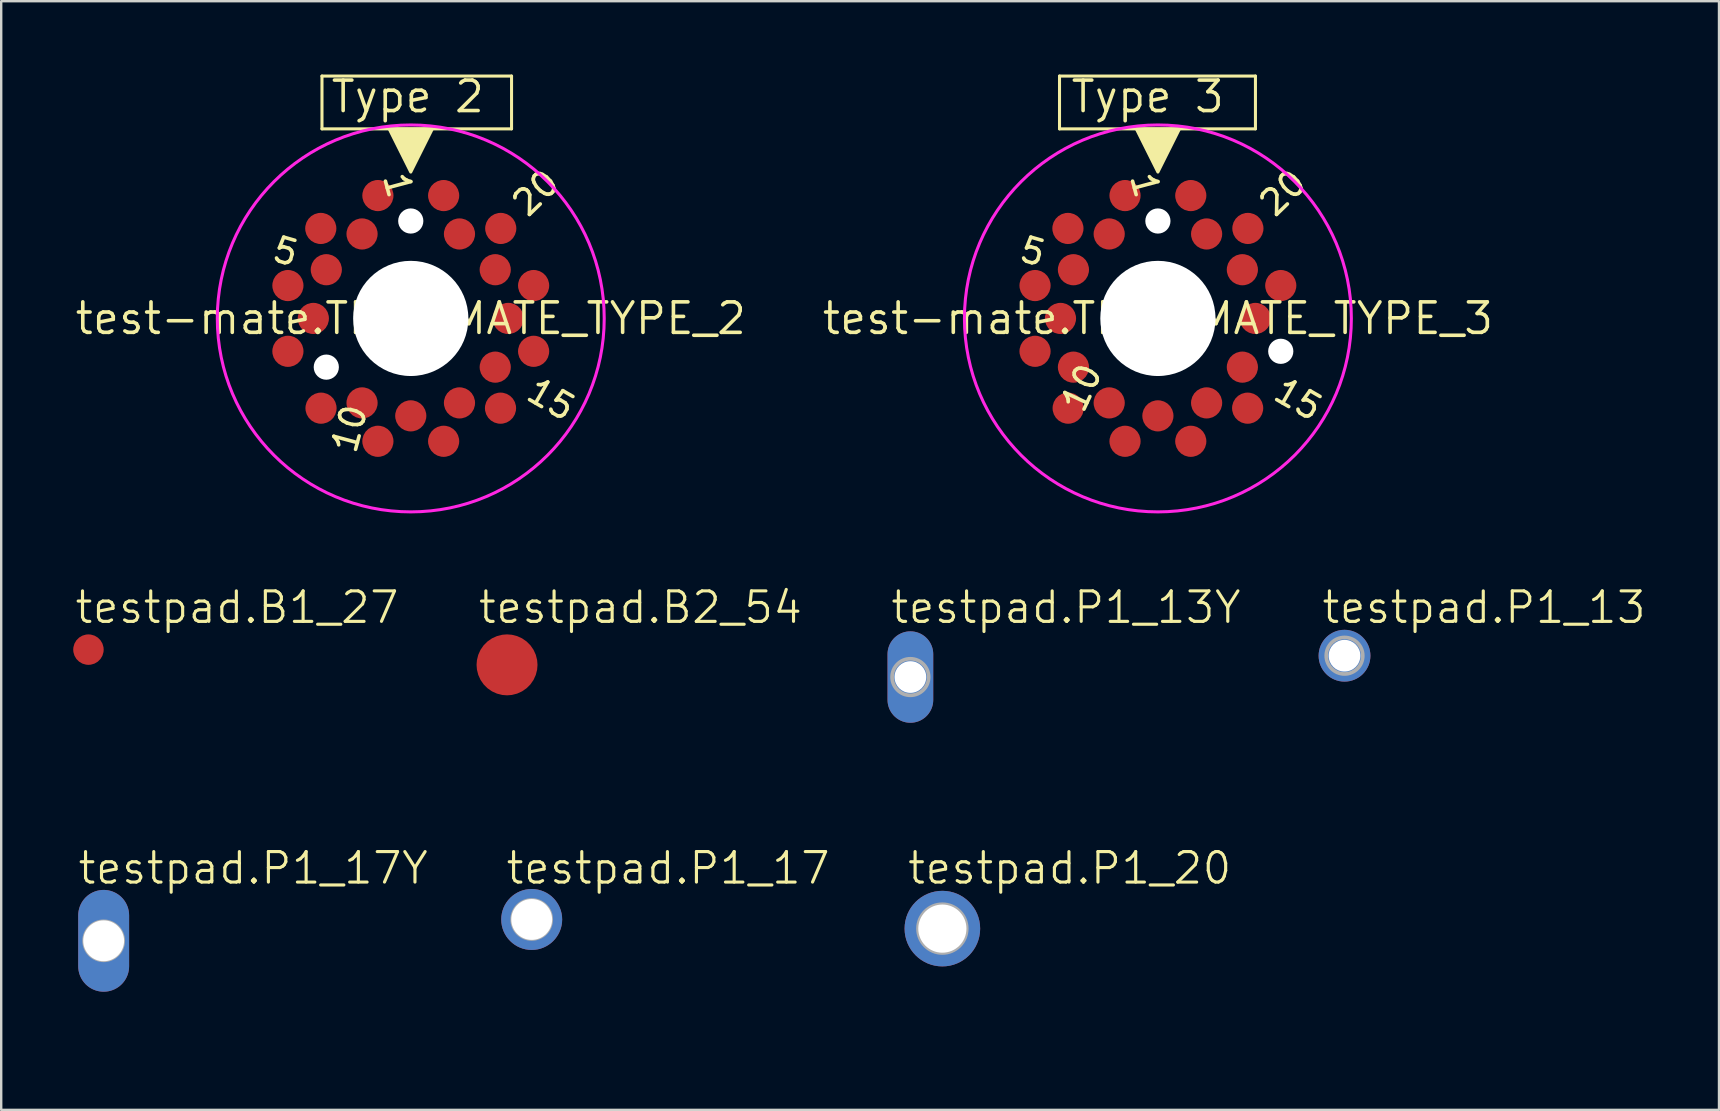
<source format=kicad_pcb>
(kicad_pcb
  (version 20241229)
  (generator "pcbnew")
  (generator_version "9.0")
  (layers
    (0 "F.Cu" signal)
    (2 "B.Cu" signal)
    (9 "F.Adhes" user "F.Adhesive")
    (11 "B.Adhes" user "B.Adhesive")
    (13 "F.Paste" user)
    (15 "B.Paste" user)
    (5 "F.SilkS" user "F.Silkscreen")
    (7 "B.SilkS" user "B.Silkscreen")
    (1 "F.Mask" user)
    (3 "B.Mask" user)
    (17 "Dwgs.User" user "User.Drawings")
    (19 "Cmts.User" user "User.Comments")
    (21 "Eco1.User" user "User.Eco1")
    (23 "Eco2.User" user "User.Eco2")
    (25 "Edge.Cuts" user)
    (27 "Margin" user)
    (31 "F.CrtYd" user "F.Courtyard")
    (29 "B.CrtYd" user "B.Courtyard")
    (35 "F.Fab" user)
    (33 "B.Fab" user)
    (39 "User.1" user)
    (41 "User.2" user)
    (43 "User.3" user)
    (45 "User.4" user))
  (footprint "testpad.P1_17"
    (layer "F.Cu")
    (at 19.108 35.268)
    (property "Reference" "testpad.P1_17" (at -1.143 -1.397 0) (layer "F.SilkS") (effects (font (size 1.27 1.27) (thickness 0.13)) (justify left bottom)))
    (attr through_hole)
    (fp_rect (start -0.33 0.33) (end 0.33 -0.33) (stroke (width 0.05) (type default)) (fill no) (layer "F.Fab"))
    (fp_circle (center 0 0) (end 0.813 0) (stroke (width 0.152) (type default)) (fill no) (layer "F.Fab"))
    (fp_text user ">TP_SIGNAL_NAME" (at -1.27 3.175 0) (layer "Eco1.User") (effects (font (size 1 1) (thickness 0.13)) (justify left bottom)))
    (pad "TP" thru_hole circle (at 0 0) (size 2.54 2.54) (drill 1.702) (layers "*.Cu" "*.Mask")))
  (footprint "test-mate.TEST_MATE_TYPE_2"
    (layer "F.Cu")
    (at 14.068 10.22)
    (property "Reference" "test-mate.TEST_MATE_TYPE_2" (at 0 0 0) (layer "F.SilkS") (effects (font (size 1.27 1.27) (thickness 0.15))))
    (attr smd)
    (fp_line (start -3.7 -10.1) (end 4.2 -10.1) (stroke (width 0.127) (type default)) (layer "F.SilkS"))
    (fp_line (start -3.7 -7.9) (end -3.7 -10.1) (stroke (width 0.127) (type default)) (layer "F.SilkS"))
    (fp_line (start 4.2 -10.1) (end 4.2 -7.9) (stroke (width 0.127) (type default)) (layer "F.SilkS"))
    (fp_line (start 4.2 -7.9) (end -3.7 -7.9) (stroke (width 0.127) (type default)) (layer "F.SilkS"))
    (fp_poly (pts (xy 0 -6.1) (xy -0.9 -7.9) (xy 0.9 -7.9)) (stroke (width 0.127) (type default)) (fill yes) (layer "F.SilkS"))
    (fp_circle (center 0 0) (end 8.062 0) (stroke (width 0.127) (type default)) (fill no) (layer "F.CrtYd"))
    (fp_text user "15" (at 4.631 3.351 330) (layer "F.SilkS") (effects (font (size 1.016 1.016) (thickness 0.15)) (justify left bottom)))
    (fp_text user "5" (at -5.939 -2.379 164) (layer "F.SilkS") (effects (font (size 1.016 1.016) (thickness 0.15)) (justify left bottom)))
    (fp_text user "10" (at -2.249 5.771 255) (layer "F.SilkS") (effects (font (size 1.016 1.016) (thickness 0.15)) (justify left bottom)))
    (fp_text user "20" (at 4.861 -4.069 44) (layer "F.SilkS") (effects (font (size 1.016 1.016) (thickness 0.15)) (justify left bottom)))
    (fp_text user "1" (at -1.259 -5.969 105) (layer "F.SilkS") (effects (font (size 1.016 1.016) (thickness 0.15)) (justify left bottom)))
    (fp_text user "Type 2" (at -3.4 -8.5 0) (layer "F.SilkS") (effects (font (size 1.27 1.27) (thickness 0.15)) (justify left bottom)))
    (pad "" np_thru_hole circle (at -3.52 2.03) (size 1.05 1.05) (drill 1.05) (layers "*.Cu" "*.Mask"))
    (pad "" np_thru_hole circle (at 0 -4.06) (size 1.05 1.05) (drill 1.05) (layers "*.Cu" "*.Mask"))
    (pad "" np_thru_hole circle (at 0 0) (size 4.8 4.8) (drill 4.8) (layers "*.Cu" "*.Mask"))
    (pad "1" smd roundrect (at -1.37 -5.12) (size 1.3 1.3) (layers "F.Cu" "F.Mask" "F.Paste") (roundrect_rratio 0.5))
    (pad "2" smd roundrect (at -2.03 -3.52) (size 1.3 1.3) (layers "F.Cu" "F.Mask" "F.Paste") (roundrect_rratio 0.5))
    (pad "3" smd roundrect (at -3.75 -3.75) (size 1.3 1.3) (layers "F.Cu" "F.Mask" "F.Paste") (roundrect_rratio 0.5))
    (pad "4" smd roundrect (at -3.52 -2.03) (size 1.3 1.3) (layers "F.Cu" "F.Mask" "F.Paste") (roundrect_rratio 0.5))
    (pad "5" smd roundrect (at -5.12 -1.37) (size 1.3 1.3) (layers "F.Cu" "F.Mask" "F.Paste") (roundrect_rratio 0.5))
    (pad "6" smd roundrect (at -4.06 0) (size 1.3 1.3) (layers "F.Cu" "F.Mask" "F.Paste") (roundrect_rratio 0.5))
    (pad "7" smd roundrect (at -5.12 1.37) (size 1.3 1.3) (layers "F.Cu" "F.Mask" "F.Paste") (roundrect_rratio 0.5))
    (pad "8" smd roundrect (at -3.74 3.74) (size 1.3 1.3) (layers "F.Cu" "F.Mask" "F.Paste") (roundrect_rratio 0.5))
    (pad "9" smd roundrect (at -2.03 3.52) (size 1.3 1.3) (layers "F.Cu" "F.Mask" "F.Paste") (roundrect_rratio 0.5))
    (pad "10" smd roundrect (at -1.37 5.12) (size 1.3 1.3) (layers "F.Cu" "F.Mask" "F.Paste") (roundrect_rratio 0.5))
    (pad "11" smd roundrect (at 0 4.06) (size 1.3 1.3) (layers "F.Cu" "F.Mask" "F.Paste") (roundrect_rratio 0.5))
    (pad "12" smd roundrect (at 1.37 5.12) (size 1.3 1.3) (layers "F.Cu" "F.Mask" "F.Paste") (roundrect_rratio 0.5))
    (pad "13" smd roundrect (at 2.03 3.52) (size 1.3 1.3) (layers "F.Cu" "F.Mask" "F.Paste") (roundrect_rratio 0.5))
    (pad "14" smd roundrect (at 3.74 3.74) (size 1.3 1.3) (layers "F.Cu" "F.Mask" "F.Paste") (roundrect_rratio 0.5))
    (pad "15" smd roundrect (at 3.52 2.03) (size 1.3 1.3) (layers "F.Cu" "F.Mask" "F.Paste") (roundrect_rratio 0.5))
    (pad "16" smd roundrect (at 5.12 1.37) (size 1.3 1.3) (layers "F.Cu" "F.Mask" "F.Paste") (roundrect_rratio 0.5))
    (pad "17" smd roundrect (at 4.06 0) (size 1.3 1.3) (layers "F.Cu" "F.Mask" "F.Paste") (roundrect_rratio 0.5))
    (pad "18" smd roundrect (at 5.12 -1.37) (size 1.3 1.3) (layers "F.Cu" "F.Mask" "F.Paste") (roundrect_rratio 0.5))
    (pad "19" smd roundrect (at 3.52 -2.03) (size 1.3 1.3) (layers "F.Cu" "F.Mask" "F.Paste") (roundrect_rratio 0.5))
    (pad "20" smd roundrect (at 3.75 -3.75) (size 1.3 1.3) (layers "F.Cu" "F.Mask" "F.Paste") (roundrect_rratio 0.5))
    (pad "21" smd roundrect (at 2.03 -3.52) (size 1.3 1.3) (layers "F.Cu" "F.Mask" "F.Paste") (roundrect_rratio 0.5))
    (pad "22" smd roundrect (at 1.37 -5.12) (size 1.3 1.3) (layers "F.Cu" "F.Mask" "F.Paste") (roundrect_rratio 0.5)))
  (footprint "test-mate.TEST_MATE_TYPE_3"
    (layer "F.Cu")
    (at 45.204 10.22)
    (property "Reference" "test-mate.TEST_MATE_TYPE_3" (at 0 0 0) (layer "F.SilkS") (effects (font (size 1.27 1.27) (thickness 0.15))))
    (attr smd)
    (fp_line (start -4.1 -10.1) (end 4.065 -10.1) (stroke (width 0.127) (type default)) (layer "F.SilkS"))
    (fp_line (start -4.1 -7.9) (end -4.1 -10.1) (stroke (width 0.127) (type default)) (layer "F.SilkS"))
    (fp_line (start 4.065 -10.1) (end 4.065 -7.9) (stroke (width 0.127) (type default)) (layer "F.SilkS"))
    (fp_line (start 4.065 -7.9) (end -4.1 -7.9) (stroke (width 0.127) (type default)) (layer "F.SilkS"))
    (fp_poly (pts (xy 0 -6.1) (xy -0.9 -7.9) (xy 0.9 -7.9)) (stroke (width 0.127) (type default)) (fill yes) (layer "F.SilkS"))
    (fp_circle (center 0 0) (end 8.062 0) (stroke (width 0.127) (type default)) (fill no) (layer "F.CrtYd"))
    (fp_text user "Type 3" (at -3.7 -8.5 0) (layer "F.SilkS") (effects (font (size 1.27 1.27) (thickness 0.15)) (justify left bottom)))
    (fp_text user "5" (at -5.939 -2.379 164) (layer "F.SilkS") (effects (font (size 1.016 1.016) (thickness 0.15)) (justify left bottom)))
    (fp_text user "10" (at -3.084 4.101 245) (layer "F.SilkS") (effects (font (size 1.016 1.016) (thickness 0.15)) (justify left bottom)))
    (fp_text user "1" (at -1.259 -5.969 105) (layer "F.SilkS") (effects (font (size 1.016 1.016) (thickness 0.15)) (justify left bottom)))
    (fp_text user "20" (at 4.861 -4.069 44) (layer "F.SilkS") (effects (font (size 1.016 1.016) (thickness 0.15)) (justify left bottom)))
    (fp_text user "15" (at 4.631 3.351 330) (layer "F.SilkS") (effects (font (size 1.016 1.016) (thickness 0.15)) (justify left bottom)))
    (pad "" np_thru_hole circle (at 0 -4.06) (size 1.05 1.05) (drill 1.05) (layers "*.Cu" "*.Mask"))
    (pad "" np_thru_hole circle (at 0 0) (size 4.8 4.8) (drill 4.8) (layers "*.Cu" "*.Mask"))
    (pad "" np_thru_hole circle (at 5.12 1.37) (size 1.05 1.05) (drill 1.05) (layers "*.Cu" "*.Mask"))
    (pad "1" smd roundrect (at -1.37 -5.12) (size 1.3 1.3) (layers "F.Cu" "F.Mask" "F.Paste") (roundrect_rratio 0.5))
    (pad "2" smd roundrect (at -2.03 -3.52) (size 1.3 1.3) (layers "F.Cu" "F.Mask" "F.Paste") (roundrect_rratio 0.5))
    (pad "3" smd roundrect (at -3.75 -3.75) (size 1.3 1.3) (layers "F.Cu" "F.Mask" "F.Paste") (roundrect_rratio 0.5))
    (pad "4" smd roundrect (at -3.52 -2.03) (size 1.3 1.3) (layers "F.Cu" "F.Mask" "F.Paste") (roundrect_rratio 0.5))
    (pad "5" smd roundrect (at -5.12 -1.37) (size 1.3 1.3) (layers "F.Cu" "F.Mask" "F.Paste") (roundrect_rratio 0.5))
    (pad "6" smd roundrect (at -4.06 0) (size 1.3 1.3) (layers "F.Cu" "F.Mask" "F.Paste") (roundrect_rratio 0.5))
    (pad "7" smd roundrect (at -5.12 1.37) (size 1.3 1.3) (layers "F.Cu" "F.Mask" "F.Paste") (roundrect_rratio 0.5))
    (pad "8" smd roundrect (at -3.52 2.03) (size 1.3 1.3) (layers "F.Cu" "F.Mask" "F.Paste") (roundrect_rratio 0.5))
    (pad "9" smd roundrect (at -3.74 3.74) (size 1.3 1.3) (layers "F.Cu" "F.Mask" "F.Paste") (roundrect_rratio 0.5))
    (pad "10" smd roundrect (at -2.03 3.52) (size 1.3 1.3) (layers "F.Cu" "F.Mask" "F.Paste") (roundrect_rratio 0.5))
    (pad "11" smd roundrect (at -1.37 5.12) (size 1.3 1.3) (layers "F.Cu" "F.Mask" "F.Paste") (roundrect_rratio 0.5))
    (pad "12" smd roundrect (at 0 4.06) (size 1.3 1.3) (layers "F.Cu" "F.Mask" "F.Paste") (roundrect_rratio 0.5))
    (pad "13" smd roundrect (at 1.37 5.12) (size 1.3 1.3) (layers "F.Cu" "F.Mask" "F.Paste") (roundrect_rratio 0.5))
    (pad "14" smd roundrect (at 2.03 3.52) (size 1.3 1.3) (layers "F.Cu" "F.Mask" "F.Paste") (roundrect_rratio 0.5))
    (pad "15" smd roundrect (at 3.74 3.74) (size 1.3 1.3) (layers "F.Cu" "F.Mask" "F.Paste") (roundrect_rratio 0.5))
    (pad "16" smd roundrect (at 3.52 2.03) (size 1.3 1.3) (layers "F.Cu" "F.Mask" "F.Paste") (roundrect_rratio 0.5))
    (pad "17" smd roundrect (at 4.06 0) (size 1.3 1.3) (layers "F.Cu" "F.Mask" "F.Paste") (roundrect_rratio 0.5))
    (pad "18" smd roundrect (at 5.12 -1.37) (size 1.3 1.3) (layers "F.Cu" "F.Mask" "F.Paste") (roundrect_rratio 0.5))
    (pad "19" smd roundrect (at 3.52 -2.03) (size 1.3 1.3) (layers "F.Cu" "F.Mask" "F.Paste") (roundrect_rratio 0.5))
    (pad "20" smd roundrect (at 3.75 -3.75) (size 1.3 1.3) (layers "F.Cu" "F.Mask" "F.Paste") (roundrect_rratio 0.5))
    (pad "21" smd roundrect (at 2.03 -3.52) (size 1.3 1.3) (layers "F.Cu" "F.Mask" "F.Paste") (roundrect_rratio 0.5))
    (pad "22" smd roundrect (at 1.37 -5.12) (size 1.3 1.3) (layers "F.Cu" "F.Mask" "F.Paste") (roundrect_rratio 0.5)))
  (footprint "testpad.B2_54"
    (layer "F.Cu")
    (at 18.08 24.657)
    (property "Reference" "testpad.B2_54" (at -1.27 -1.651 0) (layer "F.SilkS") (effects (font (size 1.27 1.27) (thickness 0.13)) (justify left bottom)))
    (attr smd)
    (fp_line (start -0.635 0) (end 0.635 0) (stroke (width 0.002) (type default)) (layer "Eco1.User"))
    (fp_line (start 0 0.635) (end 0 -0.635) (stroke (width 0.002) (type default)) (layer "Eco1.User"))
    (fp_circle (center 0 0) (end 0.635 0) (stroke (width 0.254) (type default)) (fill no) (layer "Eco1.User"))
    (fp_text user ">TP_SIGNAL_NAME" (at -1.27 3.175 0) (layer "Eco1.User") (effects (font (size 1 1) (thickness 0.13)) (justify left bottom)))
    (pad "TP" smd roundrect (at 0 0) (size 2.54 2.54) (layers "F.Cu" "F.Mask" "F.Paste") (roundrect_rratio 0.5)))
  (footprint "testpad.P1_17Y"
    (layer "F.Cu")
    (at 1.27 36.157)
    (property "Reference" "testpad.P1_17Y" (at -1.143 -2.286 0) (layer "F.SilkS") (effects (font (size 1.27 1.27) (thickness 0.13)) (justify left bottom)))
    (attr through_hole)
    (fp_rect (start -0.33 0.33) (end 0.33 -0.33) (stroke (width 0.05) (type default)) (fill no) (layer "F.Fab"))
    (fp_circle (center 0 0) (end 0.813 0) (stroke (width 0.152) (type default)) (fill no) (layer "F.Fab"))
    (fp_text user ">TP_SIGNAL_NAME" (at -1.27 3.81 0) (layer "Eco1.User") (effects (font (size 1 1) (thickness 0.13)) (justify left bottom)))
    (pad "TP" thru_hole oval (at 0 0 90) (size 4.242 2.121) (drill 1.702) (layers "*.Cu" "*.Mask")))
  (footprint "testpad.P1_20"
    (layer "F.Cu")
    (at 36.222 35.649)
    (property "Reference" "testpad.P1_20" (at -1.524 -1.778 0) (layer "F.SilkS") (effects (font (size 1.27 1.27) (thickness 0.13)) (justify left bottom)))
    (attr through_hole)
    (fp_rect (start -0.33 0.33) (end 0.33 -0.33) (stroke (width 0.05) (type default)) (fill no) (layer "F.Fab"))
    (fp_circle (center 0 0) (end 1.016 0) (stroke (width 0.152) (type default)) (fill no) (layer "F.Fab"))
    (fp_text user ">TP_SIGNAL_NAME" (at -1.27 3.175 0) (layer "Eco1.User") (effects (font (size 1 1) (thickness 0.13)) (justify left bottom)))
    (pad "TP" thru_hole circle (at 0 0) (size 3.15 3.15) (drill 2.007) (layers "*.Cu" "*.Mask")))
  (footprint "testpad.P1_13Y"
    (layer "F.Cu")
    (at 34.889 25.165)
    (property "Reference" "testpad.P1_13Y" (at -0.889 -2.159 0) (layer "F.SilkS") (effects (font (size 1.27 1.27) (thickness 0.13)) (justify left bottom)))
    (attr through_hole)
    (fp_rect (start -0.33 0.33) (end 0.33 -0.33) (stroke (width 0.05) (type default)) (fill no) (layer "F.Fab"))
    (fp_circle (center 0 0) (end 0.762 0) (stroke (width 0.152) (type default)) (fill no) (layer "F.Fab"))
    (fp_text user ">TP_SIGNAL_NAME" (at -1.27 3.81 0) (layer "Eco1.User") (effects (font (size 1 1) (thickness 0.13)) (justify left bottom)))
    (pad "TP" thru_hole oval (at 0 0 90) (size 3.81 1.905) (drill 1.321) (layers "*.Cu" "*.Mask")))
  (footprint "testpad.P1_13"
    (layer "F.Cu")
    (at 52.981 24.276)
    (property "Reference" "testpad.P1_13" (at -1.016 -1.27 0) (layer "F.SilkS") (effects (font (size 1.27 1.27) (thickness 0.13)) (justify left bottom)))
    (attr through_hole)
    (fp_rect (start -0.33 0.33) (end 0.33 -0.33) (stroke (width 0.05) (type default)) (fill no) (layer "F.Fab"))
    (fp_circle (center 0 0) (end 0.762 0) (stroke (width 0.152) (type default)) (fill no) (layer "F.Fab"))
    (fp_text user ">TP_SIGNAL_NAME" (at -1.27 2.54 0) (layer "Eco1.User") (effects (font (size 1 1) (thickness 0.13)) (justify left bottom)))
    (pad "TP" thru_hole circle (at 0 0) (size 2.159 2.159) (drill 1.321) (layers "*.Cu" "*.Mask")))
  (footprint "testpad.B1_27"
    (layer "F.Cu")
    (at 0.636 24.022)
    (property "Reference" "testpad.B1_27" (at -0.635 -1.016 0) (layer "F.SilkS") (effects (font (size 1.27 1.27) (thickness 0.13)) (justify left bottom)))
    (attr smd)
    (fp_line (start -0.635 0) (end 0.635 0) (stroke (width 0.002) (type default)) (layer "Eco1.User"))
    (fp_line (start 0 -0.635) (end 0 0.635) (stroke (width 0.002) (type default)) (layer "Eco1.User"))
    (fp_text user ">TP_SIGNAL_NAME" (at -0.635 1.905 0) (layer "Eco1.User") (effects (font (size 1 1) (thickness 0.13)) (justify left bottom)))
    (pad "TP" smd roundrect (at 0 0) (size 1.27 1.27) (layers "F.Cu" "F.Mask" "F.Paste") (roundrect_rratio 0.5)))
  (gr_rect
    (start -3 -3)
    (end 68.587 43.203)
    (stroke (width 0.1) (type default))
    (fill no)
    (layer "Edge.Cuts")))
</source>
